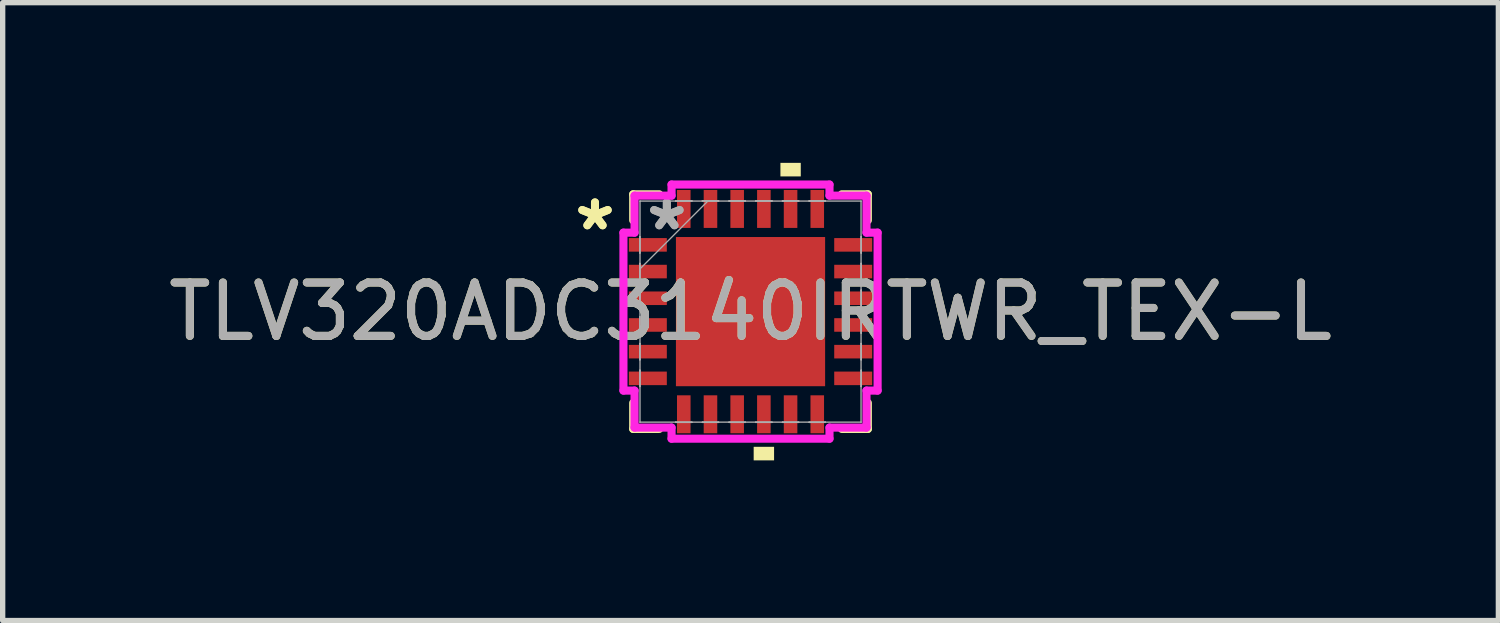
<source format=kicad_pcb>
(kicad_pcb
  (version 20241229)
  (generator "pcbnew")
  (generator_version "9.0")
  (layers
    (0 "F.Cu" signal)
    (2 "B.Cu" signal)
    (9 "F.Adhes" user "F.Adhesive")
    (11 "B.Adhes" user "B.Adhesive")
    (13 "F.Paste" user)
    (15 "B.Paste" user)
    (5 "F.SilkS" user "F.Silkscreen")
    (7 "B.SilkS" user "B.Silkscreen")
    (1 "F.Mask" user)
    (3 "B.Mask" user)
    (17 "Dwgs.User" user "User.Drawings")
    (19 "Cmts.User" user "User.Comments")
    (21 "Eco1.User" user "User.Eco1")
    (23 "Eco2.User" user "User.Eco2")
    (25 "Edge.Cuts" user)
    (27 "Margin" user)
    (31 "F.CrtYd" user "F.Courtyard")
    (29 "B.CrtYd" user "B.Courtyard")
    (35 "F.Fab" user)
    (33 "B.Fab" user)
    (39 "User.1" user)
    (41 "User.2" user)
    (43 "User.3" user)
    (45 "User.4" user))
  (footprint "TLV320ADC3140IRTWR_TEX-L"
    (layer "F.Cu")
    (at 11.006 2.786)
    (property "Reference" "TLV320ADC3140IRTWR_TEX-L" (at 0 0 0) (unlocked yes) (layer "F.SilkS") (effects (font (size 1 1) (thickness 0.15))))
    (attr smd)
    (fp_line (start -2.197 -2.197) (end -2.197 -1.71) (stroke (width 0.152) (type solid)) (layer "F.SilkS"))
    (fp_line (start -2.197 1.71) (end -2.197 2.197) (stroke (width 0.152) (type solid)) (layer "F.SilkS"))
    (fp_line (start -2.197 2.197) (end -1.71 2.197) (stroke (width 0.152) (type solid)) (layer "F.SilkS"))
    (fp_line (start -1.71 -2.197) (end -2.197 -2.197) (stroke (width 0.152) (type solid)) (layer "F.SilkS"))
    (fp_line (start 1.71 2.197) (end 2.197 2.197) (stroke (width 0.152) (type solid)) (layer "F.SilkS"))
    (fp_line (start 2.197 -2.197) (end 1.71 -2.197) (stroke (width 0.152) (type solid)) (layer "F.SilkS"))
    (fp_line (start 2.197 -1.71) (end 2.197 -2.197) (stroke (width 0.152) (type solid)) (layer "F.SilkS"))
    (fp_line (start 2.197 2.197) (end 2.197 1.71) (stroke (width 0.152) (type solid)) (layer "F.SilkS"))
    (fp_poly (pts (xy 0.059 2.532) (xy 0.059 2.786) (xy 0.441 2.786) (xy 0.441 2.532)) (stroke (width 0) (type solid)) (fill yes) (layer "F.SilkS"))
    (fp_poly (pts (xy 0.56 -2.532) (xy 0.56 -2.786) (xy 0.941 -2.786) (xy 0.941 -2.532)) (stroke (width 0) (type solid)) (fill yes) (layer "F.SilkS"))
    (fp_poly (pts (xy -1.297 -1.297) (xy -1.297 -0.1) (xy -0.1 -0.1) (xy -0.1 -1.297)) (stroke (width 0) (type solid)) (fill yes) (layer "F.Paste"))
    (fp_poly (pts (xy -1.297 0.1) (xy -1.297 1.297) (xy -0.1 1.297) (xy -0.1 0.1)) (stroke (width 0) (type solid)) (fill yes) (layer "F.Paste"))
    (fp_poly (pts (xy 0.1 -1.297) (xy 0.1 -0.1) (xy 1.297 -0.1) (xy 1.297 -1.297)) (stroke (width 0) (type solid)) (fill yes) (layer "F.Paste"))
    (fp_poly (pts (xy 0.1 0.1) (xy 0.1 1.297) (xy 1.297 1.297) (xy 1.297 0.1)) (stroke (width 0) (type solid)) (fill yes) (layer "F.Paste"))
    (fp_line (start -2.38 -1.479) (end -2.172 -1.479) (stroke (width 0.152) (type solid)) (layer "F.CrtYd"))
    (fp_line (start -2.38 1.479) (end -2.38 -1.479) (stroke (width 0.152) (type solid)) (layer "F.CrtYd"))
    (fp_line (start -2.172 -2.172) (end -1.479 -2.172) (stroke (width 0.152) (type solid)) (layer "F.CrtYd"))
    (fp_line (start -2.172 -1.479) (end -2.172 -2.172) (stroke (width 0.152) (type solid)) (layer "F.CrtYd"))
    (fp_line (start -2.172 1.479) (end -2.38 1.479) (stroke (width 0.152) (type solid)) (layer "F.CrtYd"))
    (fp_line (start -2.172 2.172) (end -2.172 1.479) (stroke (width 0.152) (type solid)) (layer "F.CrtYd"))
    (fp_line (start -1.479 -2.38) (end 1.479 -2.38) (stroke (width 0.152) (type solid)) (layer "F.CrtYd"))
    (fp_line (start -1.479 -2.172) (end -1.479 -2.38) (stroke (width 0.152) (type solid)) (layer "F.CrtYd"))
    (fp_line (start -1.479 2.172) (end -2.172 2.172) (stroke (width 0.152) (type solid)) (layer "F.CrtYd"))
    (fp_line (start -1.479 2.38) (end -1.479 2.172) (stroke (width 0.152) (type solid)) (layer "F.CrtYd"))
    (fp_line (start 1.479 -2.38) (end 1.479 -2.172) (stroke (width 0.152) (type solid)) (layer "F.CrtYd"))
    (fp_line (start 1.479 -2.172) (end 2.172 -2.172) (stroke (width 0.152) (type solid)) (layer "F.CrtYd"))
    (fp_line (start 1.479 2.172) (end 1.479 2.38) (stroke (width 0.152) (type solid)) (layer "F.CrtYd"))
    (fp_line (start 1.479 2.38) (end -1.479 2.38) (stroke (width 0.152) (type solid)) (layer "F.CrtYd"))
    (fp_line (start 2.172 -2.172) (end 2.172 -1.479) (stroke (width 0.152) (type solid)) (layer "F.CrtYd"))
    (fp_line (start 2.172 -1.479) (end 2.38 -1.479) (stroke (width 0.152) (type solid)) (layer "F.CrtYd"))
    (fp_line (start 2.172 1.479) (end 2.172 2.172) (stroke (width 0.152) (type solid)) (layer "F.CrtYd"))
    (fp_line (start 2.172 2.172) (end 1.479 2.172) (stroke (width 0.152) (type solid)) (layer "F.CrtYd"))
    (fp_line (start 2.38 -1.479) (end 2.38 1.479) (stroke (width 0.152) (type solid)) (layer "F.CrtYd"))
    (fp_line (start 2.38 1.479) (end 2.172 1.479) (stroke (width 0.152) (type solid)) (layer "F.CrtYd"))
    (fp_line (start -2.075 -1.402) (end -2.075 -1.098) (stroke (width 0.025) (type solid)) (layer "F.Fab"))
    (fp_line (start -2.075 -1.098) (end -2.07 -1.098) (stroke (width 0.025) (type solid)) (layer "F.Fab"))
    (fp_line (start -2.075 -0.902) (end -2.075 -0.598) (stroke (width 0.025) (type solid)) (layer "F.Fab"))
    (fp_line (start -2.075 -0.598) (end -2.07 -0.598) (stroke (width 0.025) (type solid)) (layer "F.Fab"))
    (fp_line (start -2.075 -0.402) (end -2.075 -0.098) (stroke (width 0.025) (type solid)) (layer "F.Fab"))
    (fp_line (start -2.075 -0.098) (end -2.07 -0.098) (stroke (width 0.025) (type solid)) (layer "F.Fab"))
    (fp_line (start -2.075 0.098) (end -2.075 0.402) (stroke (width 0.025) (type solid)) (layer "F.Fab"))
    (fp_line (start -2.075 0.402) (end -2.07 0.402) (stroke (width 0.025) (type solid)) (layer "F.Fab"))
    (fp_line (start -2.075 0.598) (end -2.075 0.902) (stroke (width 0.025) (type solid)) (layer "F.Fab"))
    (fp_line (start -2.075 0.902) (end -2.07 0.902) (stroke (width 0.025) (type solid)) (layer "F.Fab"))
    (fp_line (start -2.075 1.098) (end -2.075 1.402) (stroke (width 0.025) (type solid)) (layer "F.Fab"))
    (fp_line (start -2.075 1.402) (end -2.07 1.402) (stroke (width 0.025) (type solid)) (layer "F.Fab"))
    (fp_line (start -2.07 -2.07) (end -2.07 -2.07) (stroke (width 0.025) (type solid)) (layer "F.Fab"))
    (fp_line (start -2.07 -2.07) (end -2.07 2.07) (stroke (width 0.025) (type solid)) (layer "F.Fab"))
    (fp_line (start -2.07 -1.402) (end -2.075 -1.402) (stroke (width 0.025) (type solid)) (layer "F.Fab"))
    (fp_line (start -2.07 -1.098) (end -2.07 -1.402) (stroke (width 0.025) (type solid)) (layer "F.Fab"))
    (fp_line (start -2.07 -0.902) (end -2.075 -0.902) (stroke (width 0.025) (type solid)) (layer "F.Fab"))
    (fp_line (start -2.07 -0.8) (end -0.8 -2.07) (stroke (width 0.025) (type solid)) (layer "F.Fab"))
    (fp_line (start -2.07 -0.598) (end -2.07 -0.902) (stroke (width 0.025) (type solid)) (layer "F.Fab"))
    (fp_line (start -2.07 -0.402) (end -2.075 -0.402) (stroke (width 0.025) (type solid)) (layer "F.Fab"))
    (fp_line (start -2.07 -0.098) (end -2.07 -0.402) (stroke (width 0.025) (type solid)) (layer "F.Fab"))
    (fp_line (start -2.07 0.098) (end -2.075 0.098) (stroke (width 0.025) (type solid)) (layer "F.Fab"))
    (fp_line (start -2.07 0.402) (end -2.07 0.098) (stroke (width 0.025) (type solid)) (layer "F.Fab"))
    (fp_line (start -2.07 0.598) (end -2.075 0.598) (stroke (width 0.025) (type solid)) (layer "F.Fab"))
    (fp_line (start -2.07 0.902) (end -2.07 0.598) (stroke (width 0.025) (type solid)) (layer "F.Fab"))
    (fp_line (start -2.07 1.098) (end -2.075 1.098) (stroke (width 0.025) (type solid)) (layer "F.Fab"))
    (fp_line (start -2.07 1.402) (end -2.07 1.098) (stroke (width 0.025) (type solid)) (layer "F.Fab"))
    (fp_line (start -2.07 2.07) (end -2.07 2.07) (stroke (width 0.025) (type solid)) (layer "F.Fab"))
    (fp_line (start -2.07 2.07) (end 2.07 2.07) (stroke (width 0.025) (type solid)) (layer "F.Fab"))
    (fp_line (start -1.402 -2.075) (end -1.402 -2.07) (stroke (width 0.025) (type solid)) (layer "F.Fab"))
    (fp_line (start -1.402 -2.07) (end -1.098 -2.07) (stroke (width 0.025) (type solid)) (layer "F.Fab"))
    (fp_line (start -1.402 2.07) (end -1.402 2.075) (stroke (width 0.025) (type solid)) (layer "F.Fab"))
    (fp_line (start -1.402 2.075) (end -1.098 2.075) (stroke (width 0.025) (type solid)) (layer "F.Fab"))
    (fp_line (start -1.098 -2.075) (end -1.402 -2.075) (stroke (width 0.025) (type solid)) (layer "F.Fab"))
    (fp_line (start -1.098 -2.07) (end -1.098 -2.075) (stroke (width 0.025) (type solid)) (layer "F.Fab"))
    (fp_line (start -1.098 2.07) (end -1.402 2.07) (stroke (width 0.025) (type solid)) (layer "F.Fab"))
    (fp_line (start -1.098 2.075) (end -1.098 2.07) (stroke (width 0.025) (type solid)) (layer "F.Fab"))
    (fp_line (start -0.902 -2.075) (end -0.902 -2.07) (stroke (width 0.025) (type solid)) (layer "F.Fab"))
    (fp_line (start -0.902 -2.07) (end -0.598 -2.07) (stroke (width 0.025) (type solid)) (layer "F.Fab"))
    (fp_line (start -0.902 2.07) (end -0.902 2.075) (stroke (width 0.025) (type solid)) (layer "F.Fab"))
    (fp_line (start -0.902 2.075) (end -0.598 2.075) (stroke (width 0.025) (type solid)) (layer "F.Fab"))
    (fp_line (start -0.598 -2.075) (end -0.902 -2.075) (stroke (width 0.025) (type solid)) (layer "F.Fab"))
    (fp_line (start -0.598 -2.07) (end -0.598 -2.075) (stroke (width 0.025) (type solid)) (layer "F.Fab"))
    (fp_line (start -0.598 2.07) (end -0.902 2.07) (stroke (width 0.025) (type solid)) (layer "F.Fab"))
    (fp_line (start -0.598 2.075) (end -0.598 2.07) (stroke (width 0.025) (type solid)) (layer "F.Fab"))
    (fp_line (start -0.402 -2.075) (end -0.402 -2.07) (stroke (width 0.025) (type solid)) (layer "F.Fab"))
    (fp_line (start -0.402 -2.07) (end -0.098 -2.07) (stroke (width 0.025) (type solid)) (layer "F.Fab"))
    (fp_line (start -0.402 2.07) (end -0.402 2.075) (stroke (width 0.025) (type solid)) (layer "F.Fab"))
    (fp_line (start -0.402 2.075) (end -0.098 2.075) (stroke (width 0.025) (type solid)) (layer "F.Fab"))
    (fp_line (start -0.098 -2.075) (end -0.402 -2.075) (stroke (width 0.025) (type solid)) (layer "F.Fab"))
    (fp_line (start -0.098 -2.07) (end -0.098 -2.075) (stroke (width 0.025) (type solid)) (layer "F.Fab"))
    (fp_line (start -0.098 2.07) (end -0.402 2.07) (stroke (width 0.025) (type solid)) (layer "F.Fab"))
    (fp_line (start -0.098 2.075) (end -0.098 2.07) (stroke (width 0.025) (type solid)) (layer "F.Fab"))
    (fp_line (start 0.098 -2.075) (end 0.098 -2.07) (stroke (width 0.025) (type solid)) (layer "F.Fab"))
    (fp_line (start 0.098 -2.07) (end 0.402 -2.07) (stroke (width 0.025) (type solid)) (layer "F.Fab"))
    (fp_line (start 0.098 2.07) (end 0.098 2.075) (stroke (width 0.025) (type solid)) (layer "F.Fab"))
    (fp_line (start 0.098 2.075) (end 0.402 2.075) (stroke (width 0.025) (type solid)) (layer "F.Fab"))
    (fp_line (start 0.402 -2.075) (end 0.098 -2.075) (stroke (width 0.025) (type solid)) (layer "F.Fab"))
    (fp_line (start 0.402 -2.07) (end 0.402 -2.075) (stroke (width 0.025) (type solid)) (layer "F.Fab"))
    (fp_line (start 0.402 2.07) (end 0.098 2.07) (stroke (width 0.025) (type solid)) (layer "F.Fab"))
    (fp_line (start 0.402 2.075) (end 0.402 2.07) (stroke (width 0.025) (type solid)) (layer "F.Fab"))
    (fp_line (start 0.598 -2.075) (end 0.598 -2.07) (stroke (width 0.025) (type solid)) (layer "F.Fab"))
    (fp_line (start 0.598 -2.07) (end 0.902 -2.07) (stroke (width 0.025) (type solid)) (layer "F.Fab"))
    (fp_line (start 0.598 2.07) (end 0.598 2.075) (stroke (width 0.025) (type solid)) (layer "F.Fab"))
    (fp_line (start 0.598 2.075) (end 0.902 2.075) (stroke (width 0.025) (type solid)) (layer "F.Fab"))
    (fp_line (start 0.902 -2.075) (end 0.598 -2.075) (stroke (width 0.025) (type solid)) (layer "F.Fab"))
    (fp_line (start 0.902 -2.07) (end 0.902 -2.075) (stroke (width 0.025) (type solid)) (layer "F.Fab"))
    (fp_line (start 0.902 2.07) (end 0.598 2.07) (stroke (width 0.025) (type solid)) (layer "F.Fab"))
    (fp_line (start 0.902 2.075) (end 0.902 2.07) (stroke (width 0.025) (type solid)) (layer "F.Fab"))
    (fp_line (start 1.098 -2.075) (end 1.098 -2.07) (stroke (width 0.025) (type solid)) (layer "F.Fab"))
    (fp_line (start 1.098 -2.07) (end 1.402 -2.07) (stroke (width 0.025) (type solid)) (layer "F.Fab"))
    (fp_line (start 1.098 2.07) (end 1.098 2.075) (stroke (width 0.025) (type solid)) (layer "F.Fab"))
    (fp_line (start 1.098 2.075) (end 1.402 2.075) (stroke (width 0.025) (type solid)) (layer "F.Fab"))
    (fp_line (start 1.402 -2.075) (end 1.098 -2.075) (stroke (width 0.025) (type solid)) (layer "F.Fab"))
    (fp_line (start 1.402 -2.07) (end 1.402 -2.075) (stroke (width 0.025) (type solid)) (layer "F.Fab"))
    (fp_line (start 1.402 2.07) (end 1.098 2.07) (stroke (width 0.025) (type solid)) (layer "F.Fab"))
    (fp_line (start 1.402 2.075) (end 1.402 2.07) (stroke (width 0.025) (type solid)) (layer "F.Fab"))
    (fp_line (start 2.07 -2.07) (end -2.07 -2.07) (stroke (width 0.025) (type solid)) (layer "F.Fab"))
    (fp_line (start 2.07 -2.07) (end 2.07 -2.07) (stroke (width 0.025) (type solid)) (layer "F.Fab"))
    (fp_line (start 2.07 -1.402) (end 2.07 -1.098) (stroke (width 0.025) (type solid)) (layer "F.Fab"))
    (fp_line (start 2.07 -1.098) (end 2.075 -1.098) (stroke (width 0.025) (type solid)) (layer "F.Fab"))
    (fp_line (start 2.07 -0.902) (end 2.07 -0.598) (stroke (width 0.025) (type solid)) (layer "F.Fab"))
    (fp_line (start 2.07 -0.598) (end 2.075 -0.598) (stroke (width 0.025) (type solid)) (layer "F.Fab"))
    (fp_line (start 2.07 -0.402) (end 2.07 -0.098) (stroke (width 0.025) (type solid)) (layer "F.Fab"))
    (fp_line (start 2.07 -0.098) (end 2.075 -0.098) (stroke (width 0.025) (type solid)) (layer "F.Fab"))
    (fp_line (start 2.07 0.098) (end 2.07 0.402) (stroke (width 0.025) (type solid)) (layer "F.Fab"))
    (fp_line (start 2.07 0.402) (end 2.075 0.402) (stroke (width 0.025) (type solid)) (layer "F.Fab"))
    (fp_line (start 2.07 0.598) (end 2.07 0.902) (stroke (width 0.025) (type solid)) (layer "F.Fab"))
    (fp_line (start 2.07 0.902) (end 2.075 0.902) (stroke (width 0.025) (type solid)) (layer "F.Fab"))
    (fp_line (start 2.07 1.098) (end 2.07 1.402) (stroke (width 0.025) (type solid)) (layer "F.Fab"))
    (fp_line (start 2.07 1.402) (end 2.075 1.402) (stroke (width 0.025) (type solid)) (layer "F.Fab"))
    (fp_line (start 2.07 2.07) (end 2.07 -2.07) (stroke (width 0.025) (type solid)) (layer "F.Fab"))
    (fp_line (start 2.07 2.07) (end 2.07 2.07) (stroke (width 0.025) (type solid)) (layer "F.Fab"))
    (fp_line (start 2.075 -1.402) (end 2.07 -1.402) (stroke (width 0.025) (type solid)) (layer "F.Fab"))
    (fp_line (start 2.075 -1.098) (end 2.075 -1.402) (stroke (width 0.025) (type solid)) (layer "F.Fab"))
    (fp_line (start 2.075 -0.902) (end 2.07 -0.902) (stroke (width 0.025) (type solid)) (layer "F.Fab"))
    (fp_line (start 2.075 -0.598) (end 2.075 -0.902) (stroke (width 0.025) (type solid)) (layer "F.Fab"))
    (fp_line (start 2.075 -0.402) (end 2.07 -0.402) (stroke (width 0.025) (type solid)) (layer "F.Fab"))
    (fp_line (start 2.075 -0.098) (end 2.075 -0.402) (stroke (width 0.025) (type solid)) (layer "F.Fab"))
    (fp_line (start 2.075 0.098) (end 2.07 0.098) (stroke (width 0.025) (type solid)) (layer "F.Fab"))
    (fp_line (start 2.075 0.402) (end 2.075 0.098) (stroke (width 0.025) (type solid)) (layer "F.Fab"))
    (fp_line (start 2.075 0.598) (end 2.07 0.598) (stroke (width 0.025) (type solid)) (layer "F.Fab"))
    (fp_line (start 2.075 0.902) (end 2.075 0.598) (stroke (width 0.025) (type solid)) (layer "F.Fab"))
    (fp_line (start 2.075 1.098) (end 2.07 1.098) (stroke (width 0.025) (type solid)) (layer "F.Fab"))
    (fp_line (start 2.075 1.402) (end 2.075 1.098) (stroke (width 0.025) (type solid)) (layer "F.Fab"))
    (fp_text user "*" (at -2.913 -1.5 0) (layer "F.SilkS") (effects (font (size 1 1) (thickness 0.15))))
    (fp_text user "*" (at -2.913 -1.5 0) (unlocked yes) (layer "F.SilkS") (effects (font (size 1 1) (thickness 0.15))))
    (fp_text user "${REFERENCE}" (at 0 0 0) (unlocked yes) (layer "F.Fab") (effects (font (size 1 1) (thickness 0.15))))
    (fp_text user "*" (at -1.567 -1.5 0) (layer "F.Fab") (effects (font (size 1 1) (thickness 0.15))))
    (fp_text user "*" (at -1.567 -1.5 0) (unlocked yes) (layer "F.Fab") (effects (font (size 1 1) (thickness 0.15))))
    (pad "1" smd rect (at -1.923 -1.25 90) (size 0.254 0.711) (layers "F.Cu" "F.Mask" "F.Paste"))
    (pad "2" smd rect (at -1.923 -0.75 90) (size 0.254 0.711) (layers "F.Cu" "F.Mask" "F.Paste"))
    (pad "3" smd rect (at -1.923 -0.25 90) (size 0.254 0.711) (layers "F.Cu" "F.Mask" "F.Paste"))
    (pad "4" smd rect (at -1.923 0.25 90) (size 0.254 0.711) (layers "F.Cu" "F.Mask" "F.Paste"))
    (pad "5" smd rect (at -1.923 0.75 90) (size 0.254 0.711) (layers "F.Cu" "F.Mask" "F.Paste"))
    (pad "6" smd rect (at -1.923 1.25 90) (size 0.254 0.711) (layers "F.Cu" "F.Mask" "F.Paste"))
    (pad "7" smd rect (at -1.25 1.923) (size 0.254 0.711) (layers "F.Cu" "F.Mask" "F.Paste"))
    (pad "8" smd rect (at -0.75 1.923) (size 0.254 0.711) (layers "F.Cu" "F.Mask" "F.Paste"))
    (pad "9" smd rect (at -0.25 1.923) (size 0.254 0.711) (layers "F.Cu" "F.Mask" "F.Paste"))
    (pad "10" smd rect (at 0.25 1.923) (size 0.254 0.711) (layers "F.Cu" "F.Mask" "F.Paste"))
    (pad "11" smd rect (at 0.75 1.923) (size 0.254 0.711) (layers "F.Cu" "F.Mask" "F.Paste"))
    (pad "12" smd rect (at 1.25 1.923) (size 0.254 0.711) (layers "F.Cu" "F.Mask" "F.Paste"))
    (pad "13" smd rect (at 1.923 1.25 90) (size 0.254 0.711) (layers "F.Cu" "F.Mask" "F.Paste"))
    (pad "14" smd rect (at 1.923 0.75 90) (size 0.254 0.711) (layers "F.Cu" "F.Mask" "F.Paste"))
    (pad "15" smd rect (at 1.923 0.25 90) (size 0.254 0.711) (layers "F.Cu" "F.Mask" "F.Paste"))
    (pad "16" smd rect (at 1.923 -0.25 90) (size 0.254 0.711) (layers "F.Cu" "F.Mask" "F.Paste"))
    (pad "17" smd rect (at 1.923 -0.75 90) (size 0.254 0.711) (layers "F.Cu" "F.Mask" "F.Paste"))
    (pad "18" smd rect (at 1.923 -1.25 90) (size 0.254 0.711) (layers "F.Cu" "F.Mask" "F.Paste"))
    (pad "19" smd rect (at 1.25 -1.923) (size 0.254 0.711) (layers "F.Cu" "F.Mask" "F.Paste"))
    (pad "20" smd rect (at 0.75 -1.923) (size 0.254 0.711) (layers "F.Cu" "F.Mask" "F.Paste"))
    (pad "21" smd rect (at 0.25 -1.923) (size 0.254 0.711) (layers "F.Cu" "F.Mask" "F.Paste"))
    (pad "22" smd rect (at -0.25 -1.923) (size 0.254 0.711) (layers "F.Cu" "F.Mask" "F.Paste"))
    (pad "23" smd rect (at -0.75 -1.923) (size 0.254 0.711) (layers "F.Cu" "F.Mask" "F.Paste"))
    (pad "24" smd rect (at -1.25 -1.923) (size 0.254 0.711) (layers "F.Cu" "F.Mask" "F.Paste"))
    (pad "25" smd rect (at 0 0) (size 2.794 2.794) (layers "F.Cu" "F.Mask")))
  (gr_rect
    (start -3 -3)
    (end 25.012 8.572)
    (stroke (width 0.1) (type default))
    (fill no)
    (layer "Edge.Cuts")))
</source>
